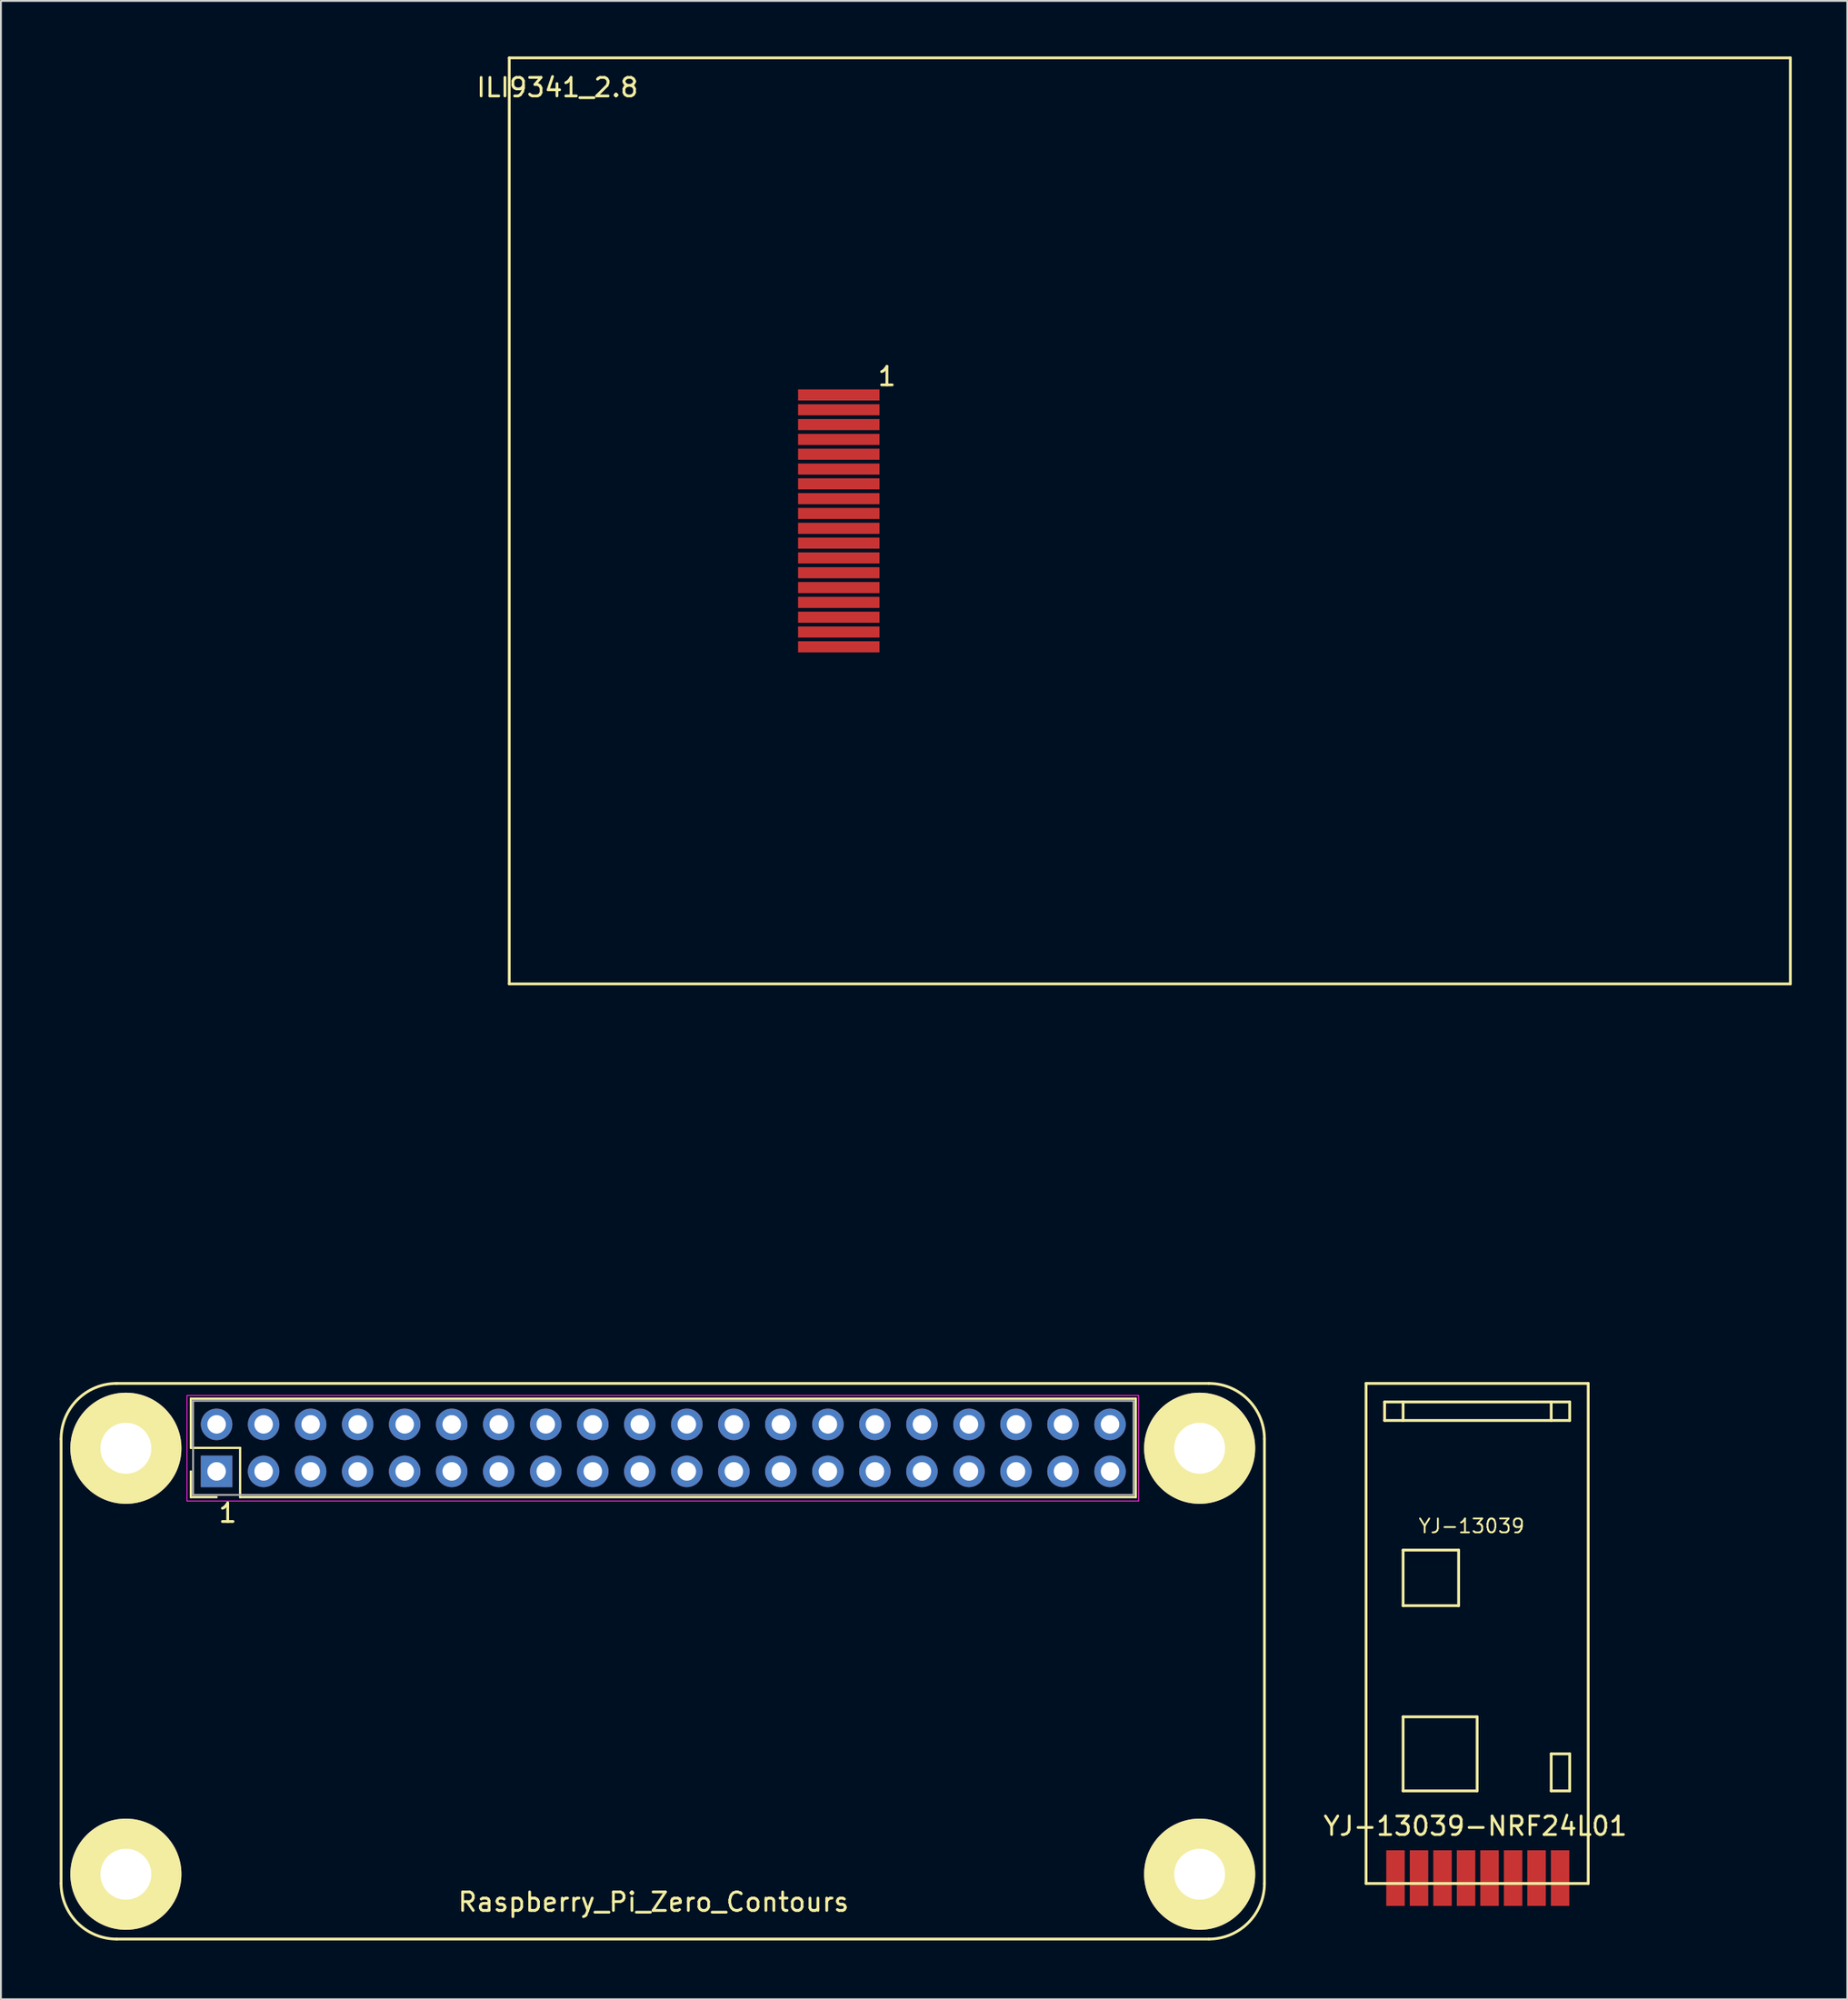
<source format=kicad_pcb>
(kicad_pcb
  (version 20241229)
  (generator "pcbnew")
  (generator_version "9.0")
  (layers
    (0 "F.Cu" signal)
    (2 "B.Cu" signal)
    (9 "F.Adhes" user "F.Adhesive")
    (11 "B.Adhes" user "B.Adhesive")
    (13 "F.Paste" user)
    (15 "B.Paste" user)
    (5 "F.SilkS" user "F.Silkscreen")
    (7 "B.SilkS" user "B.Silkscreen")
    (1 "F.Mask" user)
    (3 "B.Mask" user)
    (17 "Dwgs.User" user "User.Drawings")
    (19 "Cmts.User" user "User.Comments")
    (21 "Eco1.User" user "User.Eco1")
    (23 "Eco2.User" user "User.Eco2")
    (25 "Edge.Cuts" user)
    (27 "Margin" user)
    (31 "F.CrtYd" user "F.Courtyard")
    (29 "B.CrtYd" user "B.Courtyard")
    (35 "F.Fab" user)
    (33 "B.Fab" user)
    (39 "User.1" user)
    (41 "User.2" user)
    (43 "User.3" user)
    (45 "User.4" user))
  (footprint "YJ-13039-NRF24L01"
    (layer "F.Cu")
    (at 70.74 98.647)
    (property "Reference" "YJ-13039-NRF24L01" (at 5.9 -3.1 0) (layer "F.SilkS") (effects (font (size 1 1) (thickness 0.15))))
    (attr exclude_from_pos_files exclude_from_bom)
    (fp_line (start 0 -27) (end 0 0) (stroke (width 0.15) (type solid)) (layer "F.SilkS"))
    (fp_line (start 0 0) (end 12 0) (stroke (width 0.15) (type solid)) (layer "F.SilkS"))
    (fp_line (start 1 -26) (end 1 -25) (stroke (width 0.15) (type solid)) (layer "F.SilkS"))
    (fp_line (start 1 -25) (end 11 -25) (stroke (width 0.15) (type solid)) (layer "F.SilkS"))
    (fp_line (start 2 -26) (end 2 -25) (stroke (width 0.15) (type solid)) (layer "F.SilkS"))
    (fp_line (start 2 -18) (end 2 -15) (stroke (width 0.15) (type solid)) (layer "F.SilkS"))
    (fp_line (start 2 -15) (end 5 -15) (stroke (width 0.15) (type solid)) (layer "F.SilkS"))
    (fp_line (start 2 -9) (end 2 -5) (stroke (width 0.15) (type solid)) (layer "F.SilkS"))
    (fp_line (start 2 -5) (end 6 -5) (stroke (width 0.15) (type solid)) (layer "F.SilkS"))
    (fp_line (start 5 -18) (end 2 -18) (stroke (width 0.15) (type solid)) (layer "F.SilkS"))
    (fp_line (start 5 -15) (end 5 -18) (stroke (width 0.15) (type solid)) (layer "F.SilkS"))
    (fp_line (start 6 -9) (end 2 -9) (stroke (width 0.15) (type solid)) (layer "F.SilkS"))
    (fp_line (start 6 -5) (end 6 -9) (stroke (width 0.15) (type solid)) (layer "F.SilkS"))
    (fp_line (start 10 -26) (end 10 -25) (stroke (width 0.15) (type solid)) (layer "F.SilkS"))
    (fp_line (start 10 -7) (end 11 -7) (stroke (width 0.15) (type solid)) (layer "F.SilkS"))
    (fp_line (start 10 -5) (end 10 -7) (stroke (width 0.15) (type solid)) (layer "F.SilkS"))
    (fp_line (start 11 -26) (end 1 -26) (stroke (width 0.15) (type solid)) (layer "F.SilkS"))
    (fp_line (start 11 -25) (end 11 -26) (stroke (width 0.15) (type solid)) (layer "F.SilkS"))
    (fp_line (start 11 -7) (end 11 -5) (stroke (width 0.15) (type solid)) (layer "F.SilkS"))
    (fp_line (start 11 -5) (end 10 -5) (stroke (width 0.15) (type solid)) (layer "F.SilkS"))
    (fp_line (start 12 -27) (end 0 -27) (stroke (width 0.15) (type solid)) (layer "F.SilkS"))
    (fp_line (start 12 0) (end 12 -27) (stroke (width 0.15) (type solid)) (layer "F.SilkS"))
    (fp_text user "YJ-13039" (at 5.7 -19.3 0) (layer "F.SilkS") (effects (font (size 0.75 0.75) (thickness 0.1))))
    (pad "1" smd rect (at 1.59 -0.292) (size 0.998 3) (layers "F.Cu" "F.Mask" "F.Paste"))
    (pad "2" smd rect (at 2.86 -0.292) (size 0.998 3) (layers "F.Cu" "F.Mask" "F.Paste"))
    (pad "3" smd rect (at 4.13 -0.292) (size 0.998 3) (layers "F.Cu" "F.Mask" "F.Paste"))
    (pad "4" smd rect (at 5.4 -0.292) (size 0.998 3) (layers "F.Cu" "F.Mask" "F.Paste"))
    (pad "5" smd rect (at 6.67 -0.292) (size 0.998 3) (layers "F.Cu" "F.Mask" "F.Paste"))
    (pad "6" smd rect (at 7.94 -0.292) (size 0.998 3) (layers "F.Cu" "F.Mask" "F.Paste"))
    (pad "7" smd rect (at 9.21 -0.292) (size 0.998 3) (layers "F.Cu" "F.Mask" "F.Paste"))
    (pad "8" smd rect (at 10.48 -0.292) (size 0.998 3) (layers "F.Cu" "F.Mask" "F.Paste")))
  (footprint "ILI9341_2.8"
    (layer "F.Cu")
    (at 24.458 50.075)
    (property "Reference" "ILI9341_2.8" (at 2.6 -48.4 0) (layer "F.SilkS") (effects (font (size 1 1) (thickness 0.15))))
    (attr through_hole)
    (fp_line (start 0 -50) (end 0 0) (stroke (width 0.15) (type solid)) (layer "F.SilkS"))
    (fp_line (start 0 0) (end 69.2 0) (stroke (width 0.15) (type solid)) (layer "F.SilkS"))
    (fp_line (start 69.2 -50) (end 0 -50) (stroke (width 0.15) (type solid)) (layer "F.SilkS"))
    (fp_line (start 69.2 0) (end 69.2 -50) (stroke (width 0.15) (type solid)) (layer "F.SilkS"))
    (fp_poly (pts (xy -24.362 -18.482) (xy -24.357 -18.463) (xy -24.387 -18.428) (xy -24.427 -18.427) (xy -24.436 -18.433) (xy -24.453 -18.47) (xy -24.424 -18.491) (xy -24.4 -18.494) (xy -24.362 -18.482)) (stroke (width 0.01) (type solid)) (fill no) (layer "Eco1.User"))
    (fp_poly (pts (xy -24.369 18.425) (xy -24.359 18.457) (xy -24.362 18.465) (xy -24.4 18.492) (xy -24.438 18.472) (xy -24.442 18.466) (xy -24.444 18.426) (xy -24.437 18.416) (xy -24.402 18.407) (xy -24.369 18.425)) (stroke (width 0.01) (type solid)) (fill no) (layer "Eco1.User"))
    (fp_poly (pts (xy 22.006 18.425) (xy 22.016 18.457) (xy 22.013 18.465) (xy 21.975 18.492) (xy 21.937 18.472) (xy 21.933 18.466) (xy 21.931 18.426) (xy 21.938 18.416) (xy 21.973 18.407) (xy 22.006 18.425)) (stroke (width 0.01) (type solid)) (fill no) (layer "Eco1.User"))
    (fp_text user "1" (at 20.4 -32.8 0) (layer "F.SilkS") (effects (font (size 1 1) (thickness 0.15))))
    (pad "1" smd rect (at 17.8 -31.8) (size 4.4 0.6) (layers "F.Cu" "F.Mask" "F.Paste"))
    (pad "2" smd rect (at 17.8 -31) (size 4.4 0.6) (layers "F.Cu" "F.Mask" "F.Paste"))
    (pad "3" smd rect (at 17.8 -30.2) (size 4.4 0.6) (layers "F.Cu" "F.Mask" "F.Paste"))
    (pad "4" smd rect (at 17.8 -29.4) (size 4.4 0.6) (layers "F.Cu" "F.Mask" "F.Paste"))
    (pad "5" smd rect (at 17.8 -28.6) (size 4.4 0.6) (layers "F.Cu" "F.Mask" "F.Paste"))
    (pad "6" smd rect (at 17.8 -27.8) (size 4.4 0.6) (layers "F.Cu" "F.Mask" "F.Paste"))
    (pad "7" smd rect (at 17.8 -27) (size 4.4 0.6) (layers "F.Cu" "F.Mask" "F.Paste"))
    (pad "8" smd rect (at 17.8 -26.2) (size 4.4 0.6) (layers "F.Cu" "F.Mask" "F.Paste"))
    (pad "9" smd rect (at 17.8 -25.4) (size 4.4 0.6) (layers "F.Cu" "F.Mask" "F.Paste"))
    (pad "10" smd rect (at 17.8 -24.6) (size 4.4 0.6) (layers "F.Cu" "F.Mask" "F.Paste"))
    (pad "11" smd rect (at 17.8 -23.8) (size 4.4 0.6) (layers "F.Cu" "F.Mask" "F.Paste"))
    (pad "12" smd rect (at 17.8 -23) (size 4.4 0.6) (layers "F.Cu" "F.Mask" "F.Paste"))
    (pad "13" smd rect (at 17.8 -22.2) (size 4.4 0.6) (layers "F.Cu" "F.Mask" "F.Paste"))
    (pad "14" smd rect (at 17.8 -21.4) (size 4.4 0.6) (layers "F.Cu" "F.Mask" "F.Paste"))
    (pad "15" smd rect (at 17.8 -20.6) (size 4.4 0.6) (layers "F.Cu" "F.Mask" "F.Paste"))
    (pad "16" smd rect (at 17.8 -19.8) (size 4.4 0.6) (layers "F.Cu" "F.Mask" "F.Paste"))
    (pad "17" smd rect (at 17.8 -19) (size 4.4 0.6) (layers "F.Cu" "F.Mask" "F.Paste"))
    (pad "18" smd rect (at 17.8 -18.2) (size 4.4 0.6) (layers "F.Cu" "F.Mask" "F.Paste")))
  (footprint "Raspberry_Pi_Zero_Contours"
    (layer "F.Cu")
    (at 0.25 101.647)
    (property "Reference" "Raspberry_Pi_Zero_Contours" (at 32 -2 0) (layer "F.SilkS") (effects (font (size 1 1) (thickness 0.15))))
    (attr through_hole)
    (fp_line (start 0 -3) (end 0 -27) (stroke (width 0.15) (type solid)) (layer "F.SilkS"))
    (fp_line (start 3 -30) (end 62 -30) (stroke (width 0.15) (type solid)) (layer "F.SilkS"))
    (fp_line (start 7.01 -29.18) (end 7.01 -26.52) (stroke (width 0.12) (type solid)) (layer "F.SilkS"))
    (fp_line (start 7.01 -26.52) (end 9.67 -26.52) (stroke (width 0.12) (type solid)) (layer "F.SilkS"))
    (fp_line (start 7.01 -23.86) (end 7.01 -25.25) (stroke (width 0.12) (type solid)) (layer "F.SilkS"))
    (fp_line (start 8.4 -23.86) (end 7.01 -23.86) (stroke (width 0.12) (type solid)) (layer "F.SilkS"))
    (fp_line (start 9.67 -26.52) (end 9.67 -23.86) (stroke (width 0.12) (type solid)) (layer "F.SilkS"))
    (fp_line (start 9.67 -23.86) (end 58.05 -23.86) (stroke (width 0.12) (type solid)) (layer "F.SilkS"))
    (fp_line (start 58.05 -29.18) (end 7.01 -29.18) (stroke (width 0.12) (type solid)) (layer "F.SilkS"))
    (fp_line (start 58.05 -23.86) (end 58.05 -29.18) (stroke (width 0.12) (type solid)) (layer "F.SilkS"))
    (fp_line (start 62 0) (end 3 0) (stroke (width 0.15) (type solid)) (layer "F.SilkS"))
    (fp_line (start 65 -27) (end 65 -3) (stroke (width 0.15) (type solid)) (layer "F.SilkS"))
    (fp_arc (start 0 -27) (mid 0.87868 -29.12132) (end 3 -30) (stroke (width 0.15) (type solid)) (layer "F.SilkS"))
    (fp_arc (start 3 0) (mid 0.87868 -0.87868) (end 0 -3) (stroke (width 0.15) (type solid)) (layer "F.SilkS"))
    (fp_arc (start 62 -30) (mid 64.12132 -29.12132) (end 65 -27) (stroke (width 0.15) (type solid)) (layer "F.SilkS"))
    (fp_arc (start 65 -3) (mid 64.12132 -0.87868) (end 62 0) (stroke (width 0.15) (type solid)) (layer "F.SilkS"))
    (fp_line (start 6.8 -29.35) (end 6.8 -23.65) (stroke (width 0.05) (type solid)) (layer "F.CrtYd"))
    (fp_line (start 6.8 -23.65) (end 58.2 -23.65) (stroke (width 0.05) (type solid)) (layer "F.CrtYd"))
    (fp_line (start 58.2 -29.35) (end 6.8 -29.35) (stroke (width 0.05) (type solid)) (layer "F.CrtYd"))
    (fp_line (start 58.2 -23.65) (end 58.2 -29.35) (stroke (width 0.05) (type solid)) (layer "F.CrtYd"))
    (fp_line (start 7.13 -29.06) (end 7.13 -23.98) (stroke (width 0.1) (type solid)) (layer "F.Fab"))
    (fp_line (start 7.13 -23.98) (end 57.93 -23.98) (stroke (width 0.1) (type solid)) (layer "F.Fab"))
    (fp_line (start 57.93 -29.06) (end 7.13 -29.06) (stroke (width 0.1) (type solid)) (layer "F.Fab"))
    (fp_line (start 57.93 -23.98) (end 57.93 -29.06) (stroke (width 0.1) (type solid)) (layer "F.Fab"))
    (fp_text user "1" (at 9 -23 0) (layer "F.SilkS") (effects (font (size 1 1) (thickness 0.15))))
    (pad "" np_thru_hole circle (at 3.5 -26.5) (size 6 6) (drill 2.75) (layers "*.Cu" "*.Mask" "F.SilkS"))
    (pad "" np_thru_hole circle (at 3.5 -3.5) (size 6 6) (drill 2.75) (layers "*.Cu" "*.Mask" "F.SilkS"))
    (pad "" np_thru_hole circle (at 61.5 -26.5) (size 6 6) (drill 2.75) (layers "*.Cu" "*.Mask" "F.SilkS"))
    (pad "" np_thru_hole circle (at 61.5 -3.5) (size 6 6) (drill 2.75) (layers "*.Cu" "*.Mask" "F.SilkS"))
    (pad "1" thru_hole rect (at 8.4 -25.25 90) (size 1.7 1.7) (drill 1) (layers "*.Cu" "*.Mask"))
    (pad "2" thru_hole oval (at 8.4 -27.79 90) (size 1.7 1.7) (drill 1) (layers "*.Cu" "*.Mask"))
    (pad "3" thru_hole oval (at 10.94 -25.25 90) (size 1.7 1.7) (drill 1) (layers "*.Cu" "*.Mask"))
    (pad "4" thru_hole oval (at 10.94 -27.79 90) (size 1.7 1.7) (drill 1) (layers "*.Cu" "*.Mask"))
    (pad "5" thru_hole oval (at 13.48 -25.25 90) (size 1.7 1.7) (drill 1) (layers "*.Cu" "*.Mask"))
    (pad "6" thru_hole oval (at 13.48 -27.79 90) (size 1.7 1.7) (drill 1) (layers "*.Cu" "*.Mask"))
    (pad "7" thru_hole oval (at 16.02 -25.25 90) (size 1.7 1.7) (drill 1) (layers "*.Cu" "*.Mask"))
    (pad "8" thru_hole oval (at 16.02 -27.79 90) (size 1.7 1.7) (drill 1) (layers "*.Cu" "*.Mask"))
    (pad "9" thru_hole oval (at 18.56 -25.25 90) (size 1.7 1.7) (drill 1) (layers "*.Cu" "*.Mask"))
    (pad "10" thru_hole oval (at 18.56 -27.79 90) (size 1.7 1.7) (drill 1) (layers "*.Cu" "*.Mask"))
    (pad "11" thru_hole oval (at 21.1 -25.25 90) (size 1.7 1.7) (drill 1) (layers "*.Cu" "*.Mask"))
    (pad "12" thru_hole oval (at 21.1 -27.79 90) (size 1.7 1.7) (drill 1) (layers "*.Cu" "*.Mask"))
    (pad "13" thru_hole oval (at 23.64 -25.25 90) (size 1.7 1.7) (drill 1) (layers "*.Cu" "*.Mask"))
    (pad "14" thru_hole oval (at 23.64 -27.79 90) (size 1.7 1.7) (drill 1) (layers "*.Cu" "*.Mask"))
    (pad "15" thru_hole oval (at 26.18 -25.25 90) (size 1.7 1.7) (drill 1) (layers "*.Cu" "*.Mask"))
    (pad "16" thru_hole oval (at 26.18 -27.79 90) (size 1.7 1.7) (drill 1) (layers "*.Cu" "*.Mask"))
    (pad "17" thru_hole oval (at 28.72 -25.25 90) (size 1.7 1.7) (drill 1) (layers "*.Cu" "*.Mask"))
    (pad "18" thru_hole oval (at 28.72 -27.79 90) (size 1.7 1.7) (drill 1) (layers "*.Cu" "*.Mask"))
    (pad "19" thru_hole oval (at 31.26 -25.25 90) (size 1.7 1.7) (drill 1) (layers "*.Cu" "*.Mask"))
    (pad "20" thru_hole oval (at 31.26 -27.79 90) (size 1.7 1.7) (drill 1) (layers "*.Cu" "*.Mask"))
    (pad "21" thru_hole oval (at 33.8 -25.25 90) (size 1.7 1.7) (drill 1) (layers "*.Cu" "*.Mask"))
    (pad "22" thru_hole oval (at 33.8 -27.79 90) (size 1.7 1.7) (drill 1) (layers "*.Cu" "*.Mask"))
    (pad "23" thru_hole oval (at 36.34 -25.25 90) (size 1.7 1.7) (drill 1) (layers "*.Cu" "*.Mask"))
    (pad "24" thru_hole oval (at 36.34 -27.79 90) (size 1.7 1.7) (drill 1) (layers "*.Cu" "*.Mask"))
    (pad "25" thru_hole oval (at 38.88 -25.25 90) (size 1.7 1.7) (drill 1) (layers "*.Cu" "*.Mask"))
    (pad "26" thru_hole oval (at 38.88 -27.79 90) (size 1.7 1.7) (drill 1) (layers "*.Cu" "*.Mask"))
    (pad "27" thru_hole oval (at 41.42 -25.25 90) (size 1.7 1.7) (drill 1) (layers "*.Cu" "*.Mask"))
    (pad "28" thru_hole oval (at 41.42 -27.79 90) (size 1.7 1.7) (drill 1) (layers "*.Cu" "*.Mask"))
    (pad "29" thru_hole oval (at 43.96 -25.25 90) (size 1.7 1.7) (drill 1) (layers "*.Cu" "*.Mask"))
    (pad "30" thru_hole oval (at 43.96 -27.79 90) (size 1.7 1.7) (drill 1) (layers "*.Cu" "*.Mask"))
    (pad "31" thru_hole oval (at 46.5 -25.25 90) (size 1.7 1.7) (drill 1) (layers "*.Cu" "*.Mask"))
    (pad "32" thru_hole oval (at 46.5 -27.79 90) (size 1.7 1.7) (drill 1) (layers "*.Cu" "*.Mask"))
    (pad "33" thru_hole oval (at 49.04 -25.25 90) (size 1.7 1.7) (drill 1) (layers "*.Cu" "*.Mask"))
    (pad "34" thru_hole oval (at 49.04 -27.79 90) (size 1.7 1.7) (drill 1) (layers "*.Cu" "*.Mask"))
    (pad "35" thru_hole oval (at 51.58 -25.25 90) (size 1.7 1.7) (drill 1) (layers "*.Cu" "*.Mask"))
    (pad "36" thru_hole oval (at 51.58 -27.79 90) (size 1.7 1.7) (drill 1) (layers "*.Cu" "*.Mask"))
    (pad "37" thru_hole oval (at 54.12 -25.25 90) (size 1.7 1.7) (drill 1) (layers "*.Cu" "*.Mask"))
    (pad "38" thru_hole oval (at 54.12 -27.79 90) (size 1.7 1.7) (drill 1) (layers "*.Cu" "*.Mask"))
    (pad "39" thru_hole oval (at 56.66 -25.25 90) (size 1.7 1.7) (drill 1) (layers "*.Cu" "*.Mask"))
    (pad "40" thru_hole oval (at 56.66 -27.79 90) (size 1.7 1.7) (drill 1) (layers "*.Cu" "*.Mask")))
  (gr_rect
    (start -3 -3)
    (end 96.733 104.897)
    (stroke (width 0.1) (type default))
    (fill no)
    (layer "Edge.Cuts")))
</source>
